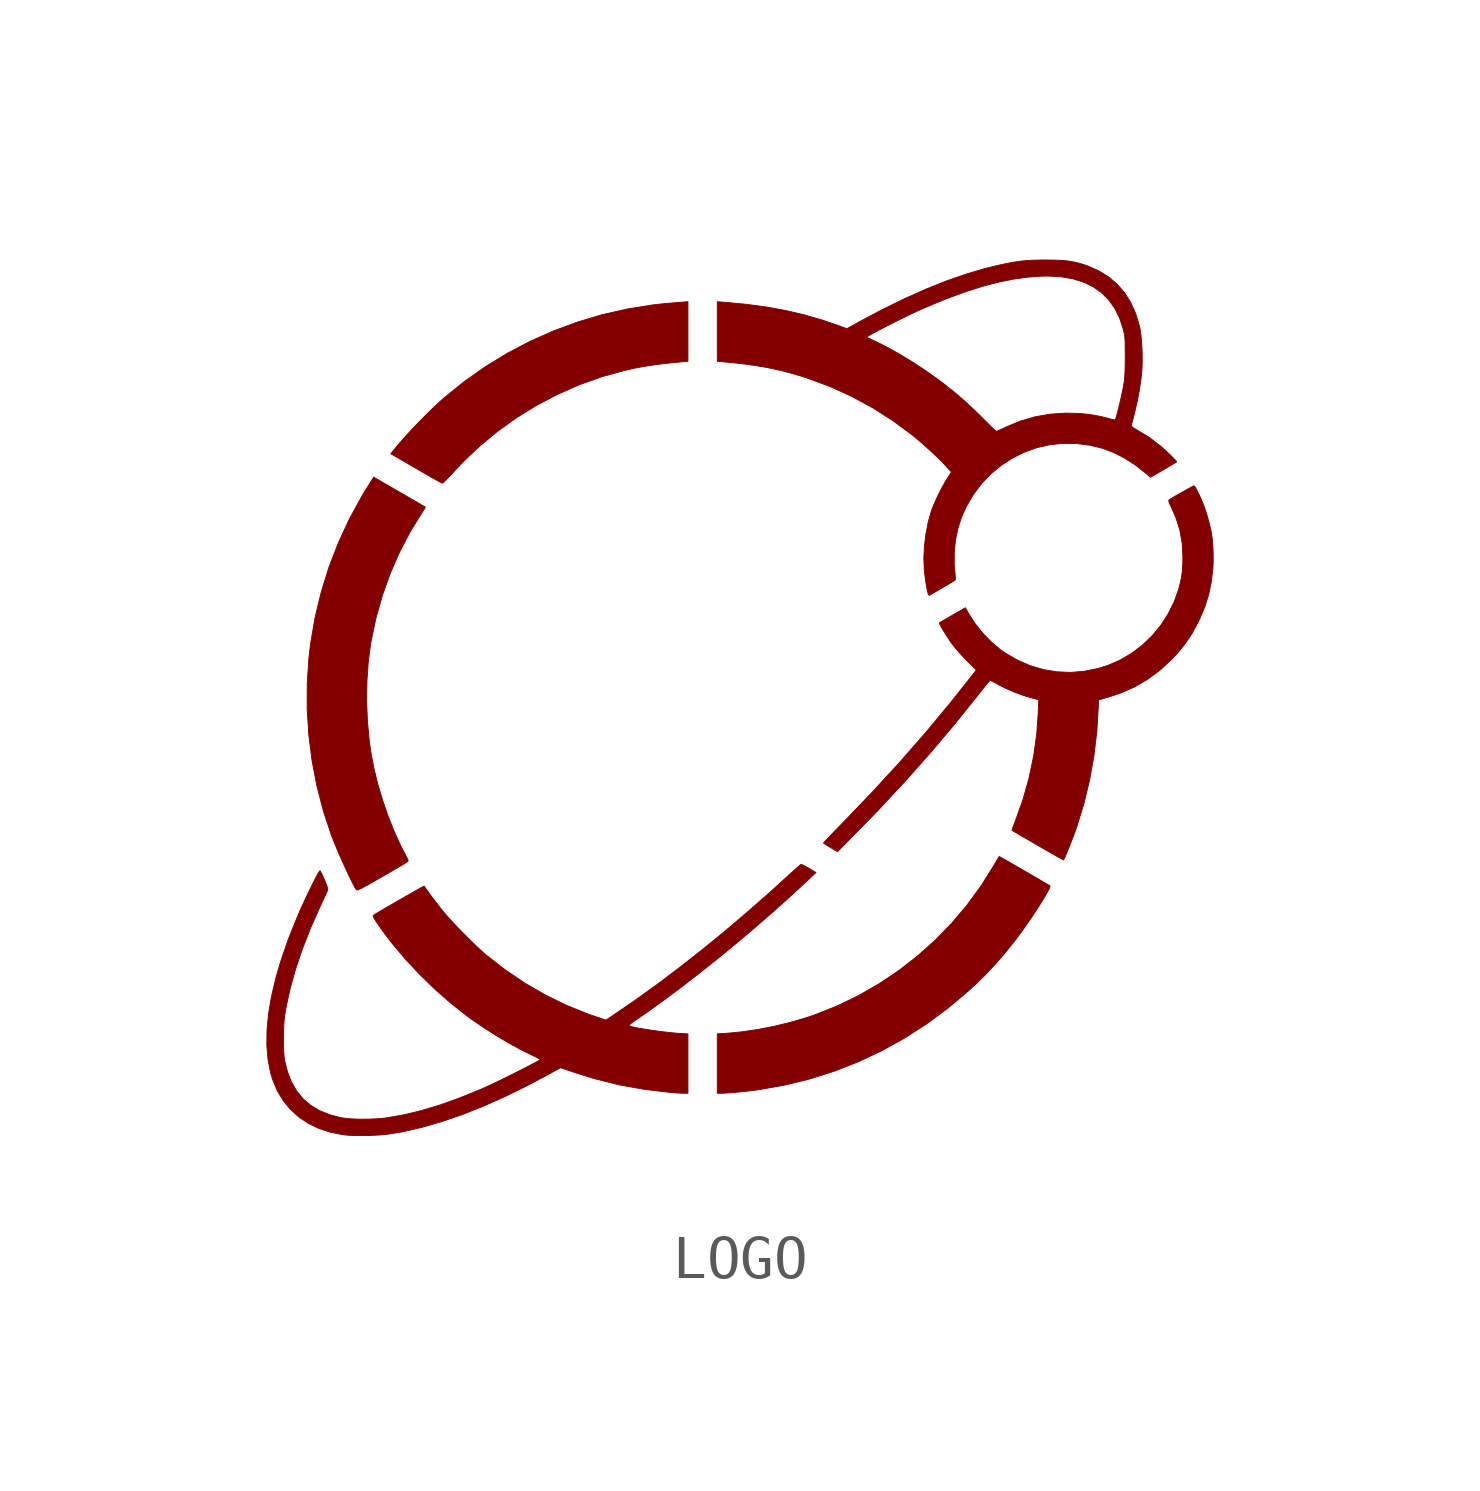
<source format=kicad_sym>
(kicad_symbol_lib
  (version 20220914)
  (generator bitmap2component)
  (symbol "LOGO"
    (pin_names
      (offset 1.016))
    (property "Reference" "#G"
      (at 0 14.377 0)
      (effects (font (size 1.27 1.27)) hide))
    (symbol "LOGO_0_0"
      (polyline (pts (xy -8.925 -9.543) (xy -8.752 -9.535) (xy -8.593 -9.523) (xy -8.457 -9.507) (xy -8.165 -9.457) (xy -7.728 -9.357) (xy -7.271 -9.225) (xy -6.795 -9.062) (xy -6.303 -8.867) (xy -5.796 -8.641) (xy -5.275 -8.386) (xy -4.741 -8.101) (xy -4.512 -7.974) (xy -4.171 -8.089) (xy -3.736 -8.225) (xy -3.157 -8.37) (xy -2.57 -8.476) (xy -1.97 -8.546) (xy -1.88 -8.553) (xy -1.782 -8.56) (xy -1.699 -8.565) (xy -1.645 -8.566) (xy -1.56 -8.567) (xy -1.56 -7.879) (xy -1.56 -7.191) (xy -1.772 -7.178) (xy -1.86 -7.171) (xy -1.992 -7.158) (xy -2.136 -7.142) (xy -2.284 -7.122) (xy -2.431 -7.102) (xy -2.57 -7.08) (xy -2.694 -7.059) (xy -2.798 -7.039) (xy -2.874 -7.021) (xy -2.918 -7.006) (xy -2.921 -7.003) (xy -2.918 -6.985) (xy -2.885 -6.953) (xy -2.818 -6.904) (xy -2.522 -6.7) (xy -2.126 -6.416) (xy -1.714 -6.108) (xy -1.29 -5.78) (xy -0.859 -5.437) (xy -0.426 -5.082) (xy 0.004 -4.718) (xy 0.426 -4.351) (xy 0.836 -3.983) (xy 1.228 -3.62) (xy 1.406 -3.452) (xy 1.244 -3.357) (xy 1.204 -3.334) (xy 1.137 -3.297) (xy 1.087 -3.272) (xy 1.064 -3.263) (xy 1.061 -3.264) (xy 1.034 -3.284) (xy 0.983 -3.327) (xy 0.914 -3.388) (xy 0.831 -3.463) (xy 0.738 -3.548) (xy 0.371 -3.882) (xy -0.157 -4.347) (xy -0.69 -4.8) (xy -1.224 -5.237) (xy -1.756 -5.654) (xy -2.279 -6.049) (xy -2.791 -6.417) (xy -3.285 -6.755) (xy -3.46 -6.872) (xy -3.712 -6.787) (xy -3.878 -6.729) (xy -4.378 -6.527) (xy -4.865 -6.288) (xy -5.339 -6.014) (xy -5.795 -5.706) (xy -6.23 -5.367) (xy -6.232 -5.366) (xy -6.341 -5.27) (xy -6.468 -5.152) (xy -6.607 -5.017) (xy -6.751 -4.874) (xy -6.892 -4.728) (xy -7.024 -4.588) (xy -7.14 -4.46) (xy -7.232 -4.352) (xy -7.312 -4.252) (xy -7.41 -4.125) (xy -7.509 -3.994) (xy -7.598 -3.871) (xy -7.671 -3.767) (xy -7.671 -3.767) (xy -7.691 -3.777) (xy -7.74 -3.803) (xy -7.814 -3.845) (xy -7.907 -3.897) (xy -8.015 -3.959) (xy -8.133 -4.026) (xy -8.256 -4.097) (xy -8.379 -4.168) (xy -8.498 -4.236) (xy -8.606 -4.3) (xy -8.7 -4.355) (xy -8.776 -4.4) (xy -8.826 -4.431) (xy -8.848 -4.445) (xy -8.851 -4.455) (xy -8.841 -4.489) (xy -8.809 -4.546) (xy -8.755 -4.629) (xy -8.678 -4.739) (xy -8.577 -4.878) (xy -8.403 -5.105) (xy -8.102 -5.461) (xy -7.774 -5.812) (xy -7.426 -6.15) (xy -7.065 -6.468) (xy -6.7 -6.758) (xy -6.571 -6.852) (xy -6.292 -7.044) (xy -5.996 -7.232) (xy -5.697 -7.409) (xy -5.403 -7.569) (xy -5.125 -7.705) (xy -5.106 -7.714) (xy -5.042 -7.746) (xy -4.997 -7.772) (xy -4.98 -7.786) (xy -4.986 -7.791) (xy -5.021 -7.813) (xy -5.085 -7.848) (xy -5.173 -7.895) (xy -5.279 -7.951) (xy -5.4 -8.013) (xy -5.531 -8.079) (xy -5.667 -8.147) (xy -5.802 -8.214) (xy -5.933 -8.278) (xy -6.055 -8.337) (xy -6.162 -8.387) (xy -6.25 -8.427) (xy -6.389 -8.488) (xy -6.858 -8.678) (xy -7.306 -8.838) (xy -7.735 -8.967) (xy -8.148 -9.066) (xy -8.546 -9.136) (xy -8.629 -9.146) (xy -8.784 -9.158) (xy -8.953 -9.165) (xy -9.126 -9.166) (xy -9.292 -9.162) (xy -9.44 -9.152) (xy -9.559 -9.137) (xy -9.604 -9.129) (xy -9.866 -9.061) (xy -10.098 -8.966) (xy -10.302 -8.843) (xy -10.477 -8.692) (xy -10.625 -8.511) (xy -10.745 -8.302) (xy -10.838 -8.064) (xy -10.904 -7.796) (xy -10.915 -7.713) (xy -10.923 -7.596) (xy -10.928 -7.458) (xy -10.929 -7.308) (xy -10.927 -7.155) (xy -10.922 -7.009) (xy -10.914 -6.879) (xy -10.902 -6.775) (xy -10.87 -6.579) (xy -10.777 -6.149) (xy -10.652 -5.7) (xy -10.495 -5.233) (xy -10.306 -4.75) (xy -10.086 -4.253) (xy -10.046 -4.167) (xy -9.999 -4.066) (xy -9.959 -3.979) (xy -9.93 -3.915) (xy -9.914 -3.88) (xy -9.907 -3.857) (xy -9.907 -3.825) (xy -9.917 -3.78) (xy -9.94 -3.716) (xy -9.979 -3.624) (xy -10.008 -3.556) (xy -10.042 -3.484) (xy -10.068 -3.433) (xy -10.083 -3.411) (xy -10.086 -3.411) (xy -10.104 -3.436) (xy -10.136 -3.49) (xy -10.18 -3.571) (xy -10.232 -3.672) (xy -10.29 -3.79) (xy -10.353 -3.92) (xy -10.418 -4.057) (xy -10.482 -4.196) (xy -10.544 -4.333) (xy -10.601 -4.463) (xy -10.63 -4.533) (xy -10.821 -5.011) (xy -10.98 -5.47) (xy -11.109 -5.909) (xy -11.207 -6.326) (xy -11.274 -6.723) (xy -11.31 -7.096) (xy -11.315 -7.448) (xy -11.288 -7.776) (xy -11.23 -8.08) (xy -11.18 -8.249) (xy -11.073 -8.505) (xy -10.936 -8.735) (xy -10.769 -8.938) (xy -10.575 -9.115) (xy -10.354 -9.263) (xy -10.107 -9.382) (xy -9.835 -9.47) (xy -9.54 -9.527) (xy -9.537 -9.528) (xy -9.417 -9.539) (xy -9.268 -9.545) (xy -9.1 -9.546) (xy -8.925 -9.543)) (stroke (width 0.01) (type default)) (fill (type outline)))
      (polyline (pts (xy -0.745 -8.565) (xy -0.639 -8.559) (xy -0.509 -8.549) (xy -0.364 -8.536) (xy -0.213 -8.52) (xy -0.066 -8.503) (xy 0.07 -8.485) (xy 0.083 -8.483) (xy 0.68 -8.377) (xy 1.263 -8.234) (xy 1.834 -8.053) (xy 2.389 -7.835) (xy 2.93 -7.58) (xy 3.456 -7.289) (xy 3.965 -6.962) (xy 4.456 -6.599) (xy 4.93 -6.2) (xy 5.145 -6.002) (xy 5.372 -5.778) (xy 5.587 -5.546) (xy 5.8 -5.298) (xy 6.019 -5.024) (xy 6.084 -4.937) (xy 6.179 -4.808) (xy 6.276 -4.671) (xy 6.373 -4.531) (xy 6.467 -4.391) (xy 6.555 -4.256) (xy 6.635 -4.129) (xy 6.705 -4.015) (xy 6.761 -3.917) (xy 6.802 -3.84) (xy 6.824 -3.787) (xy 6.826 -3.762) (xy 6.826 -3.762) (xy 6.804 -3.748) (xy 6.753 -3.718) (xy 6.678 -3.674) (xy 6.583 -3.618) (xy 6.474 -3.555) (xy 6.356 -3.486) (xy 6.232 -3.414) (xy 6.109 -3.343) (xy 5.991 -3.275) (xy 5.884 -3.213) (xy 5.791 -3.16) (xy 5.718 -3.119) (xy 5.67 -3.092) (xy 5.651 -3.082) (xy 5.643 -3.093) (xy 5.619 -3.131) (xy 5.583 -3.192) (xy 5.539 -3.268) (xy 5.524 -3.294) (xy 5.229 -3.764) (xy 4.903 -4.21) (xy 4.547 -4.631) (xy 4.163 -5.025) (xy 3.753 -5.391) (xy 3.318 -5.728) (xy 2.861 -6.034) (xy 2.383 -6.308) (xy 1.885 -6.548) (xy 1.37 -6.752) (xy 1.139 -6.829) (xy 0.783 -6.931) (xy 0.414 -7.019) (xy 0.041 -7.091) (xy -0.322 -7.144) (xy -0.665 -7.177) (xy -0.88 -7.19) (xy -0.88 -7.879) (xy -0.88 -8.567) (xy -0.801 -8.567) (xy -0.745 -8.565)) (stroke (width 0.01) (type default)) (fill (type outline)))
      (polyline (pts (xy -9.19 -3.848) (xy -9.131 -3.821) (xy -9.045 -3.776) (xy -8.93 -3.713) (xy -8.784 -3.629) (xy -8.709 -3.586) (xy -8.58 -3.511) (xy -8.456 -3.44) (xy -8.347 -3.376) (xy -8.257 -3.324) (xy -8.195 -3.289) (xy -8.162 -3.269) (xy -8.1 -3.229) (xy -8.056 -3.197) (xy -8.04 -3.179) (xy -8.045 -3.165) (xy -8.065 -3.12) (xy -8.098 -3.054) (xy -8.139 -2.976) (xy -8.223 -2.812) (xy -8.37 -2.489) (xy -8.508 -2.14) (xy -8.633 -1.777) (xy -8.743 -1.41) (xy -8.832 -1.047) (xy -8.899 -0.699) (xy -8.941 -0.41) (xy -8.984 0.051) (xy -9.003 0.516) (xy -8.996 0.977) (xy -8.965 1.425) (xy -8.909 1.851) (xy -8.896 1.924) (xy -8.785 2.45) (xy -8.638 2.966) (xy -8.459 3.47) (xy -8.247 3.956) (xy -8.005 4.421) (xy -7.735 4.861) (xy -7.714 4.891) (xy -7.676 4.952) (xy -7.651 4.995) (xy -7.643 5.013) (xy -7.647 5.015) (xy -7.678 5.033) (xy -7.739 5.068) (xy -7.823 5.117) (xy -7.928 5.178) (xy -8.048 5.247) (xy -8.18 5.323) (xy -8.226 5.35) (xy -8.359 5.427) (xy -8.482 5.498) (xy -8.59 5.56) (xy -8.678 5.611) (xy -8.741 5.648) (xy -8.774 5.668) (xy -8.838 5.706) (xy -8.912 5.59) (xy -9.114 5.264) (xy -9.404 4.731) (xy -9.658 4.183) (xy -9.875 3.621) (xy -10.054 3.045) (xy -10.196 2.458) (xy -10.299 1.861) (xy -10.34 1.515) (xy -10.379 0.922) (xy -10.38 0.326) (xy -10.342 -0.269) (xy -10.267 -0.861) (xy -10.155 -1.446) (xy -10.006 -2.021) (xy -9.821 -2.582) (xy -9.791 -2.659) (xy -9.74 -2.787) (xy -9.681 -2.928) (xy -9.617 -3.076) (xy -9.55 -3.226) (xy -9.483 -3.373) (xy -9.419 -3.51) (xy -9.36 -3.633) (xy -9.308 -3.735) (xy -9.266 -3.812) (xy -9.237 -3.856) (xy -9.225 -3.859) (xy -9.19 -3.848)) (stroke (width 0.01) (type default)) (fill (type outline)))
      (polyline (pts (xy 7.14 -3.162) (xy 7.151 -3.143) (xy 7.174 -3.094) (xy 7.205 -3.02) (xy 7.243 -2.928) (xy 7.285 -2.824) (xy 7.328 -2.715) (xy 7.369 -2.608) (xy 7.406 -2.508) (xy 7.437 -2.422) (xy 7.448 -2.39) (xy 7.612 -1.858) (xy 7.745 -1.307) (xy 7.845 -0.744) (xy 7.913 -0.176) (xy 7.946 0.387) (xy 7.95 0.544) (xy 8.18 0.611) (xy 8.475 0.709) (xy 8.794 0.851) (xy 9.092 1.026) (xy 9.373 1.234) (xy 9.64 1.48) (xy 9.751 1.597) (xy 9.94 1.824) (xy 10.104 2.064) (xy 10.249 2.329) (xy 10.298 2.429) (xy 10.416 2.712) (xy 10.504 2.993) (xy 10.564 3.283) (xy 10.6 3.595) (xy 10.607 3.741) (xy 10.607 3.914) (xy 10.6 4.092) (xy 10.587 4.26) (xy 10.568 4.404) (xy 10.545 4.515) (xy 10.512 4.652) (xy 10.472 4.796) (xy 10.43 4.932) (xy 10.391 5.044) (xy 10.378 5.078) (xy 10.335 5.18) (xy 10.291 5.279) (xy 10.248 5.367) (xy 10.21 5.439) (xy 10.18 5.487) (xy 10.162 5.504) (xy 10.159 5.504) (xy 10.129 5.489) (xy 10.073 5.46) (xy 10 5.42) (xy 9.915 5.373) (xy 9.828 5.324) (xy 9.743 5.275) (xy 9.67 5.233) (xy 9.615 5.199) (xy 9.586 5.18) (xy 9.579 5.17) (xy 9.581 5.14) (xy 9.6 5.088) (xy 9.638 5.007) (xy 9.75 4.751) (xy 9.837 4.467) (xy 9.889 4.173) (xy 9.905 3.863) (xy 9.903 3.703) (xy 9.894 3.549) (xy 9.876 3.408) (xy 9.848 3.268) (xy 9.808 3.115) (xy 9.807 3.112) (xy 9.703 2.818) (xy 9.564 2.538) (xy 9.394 2.275) (xy 9.195 2.034) (xy 8.97 1.817) (xy 8.723 1.629) (xy 8.457 1.471) (xy 8.175 1.348) (xy 7.938 1.273) (xy 7.619 1.209) (xy 7.3 1.183) (xy 6.983 1.197) (xy 6.671 1.249) (xy 6.365 1.34) (xy 6.068 1.469) (xy 5.782 1.636) (xy 5.669 1.716) (xy 5.464 1.891) (xy 5.27 2.091) (xy 5.097 2.306) (xy 4.954 2.527) (xy 4.866 2.68) (xy 4.568 2.509) (xy 4.488 2.462) (xy 4.4 2.411) (xy 4.33 2.37) (xy 4.282 2.342) (xy 4.263 2.331) (xy 4.264 2.323) (xy 4.28 2.288) (xy 4.312 2.229) (xy 4.356 2.155) (xy 4.407 2.071) (xy 4.462 1.986) (xy 4.516 1.904) (xy 4.566 1.834) (xy 4.577 1.82) (xy 4.641 1.74) (xy 4.723 1.645) (xy 4.814 1.546) (xy 4.902 1.455) (xy 5.12 1.238) (xy 4.906 0.964) (xy 4.509 0.465) (xy 3.938 -0.222) (xy 3.339 -0.906) (xy 2.709 -1.591) (xy 2.045 -2.283) (xy 1.968 -2.362) (xy 1.863 -2.47) (xy 1.77 -2.566) (xy 1.692 -2.647) (xy 1.632 -2.71) (xy 1.593 -2.752) (xy 1.58 -2.768) (xy 1.585 -2.773) (xy 1.617 -2.796) (xy 1.672 -2.831) (xy 1.742 -2.874) (xy 1.905 -2.969) (xy 2.388 -2.48) (xy 2.857 -1.998) (xy 3.466 -1.344) (xy 4.055 -0.681) (xy 4.618 -0.015) (xy 5.149 0.645) (xy 5.19 0.698) (xy 5.267 0.795) (xy 5.334 0.878) (xy 5.388 0.944) (xy 5.424 0.986) (xy 5.44 1.001) (xy 5.451 0.997) (xy 5.491 0.977) (xy 5.553 0.944) (xy 5.628 0.903) (xy 5.655 0.888) (xy 5.829 0.801) (xy 6.021 0.719) (xy 6.215 0.648) (xy 6.393 0.595) (xy 6.566 0.55) (xy 6.553 0.23) (xy 6.521 -0.231) (xy 6.45 -0.742) (xy 6.344 -1.252) (xy 6.204 -1.754) (xy 6.031 -2.241) (xy 6.029 -2.247) (xy 5.995 -2.334) (xy 5.968 -2.406) (xy 5.951 -2.456) (xy 5.947 -2.475) (xy 5.958 -2.482) (xy 6 -2.507) (xy 6.069 -2.547) (xy 6.162 -2.602) (xy 6.274 -2.667) (xy 6.402 -2.741) (xy 6.541 -2.822) (xy 6.649 -2.884) (xy 6.78 -2.959) (xy 6.897 -3.026) (xy 6.995 -3.082) (xy 7.071 -3.125) (xy 7.121 -3.153) (xy 7.14 -3.162) (xy 7.14 -3.162)) (stroke (width 0.01) (type default)) (fill (type outline)))
      (polyline (pts (xy 4.065 2.987) (xy 4.074 2.992) (xy 4.118 3.018) (xy 4.186 3.058) (xy 4.271 3.108) (xy 4.366 3.162) (xy 4.406 3.186) (xy 4.492 3.236) (xy 4.563 3.279) (xy 4.612 3.31) (xy 4.632 3.326) (xy 4.632 3.326) (xy 4.634 3.352) (xy 4.632 3.41) (xy 4.626 3.49) (xy 4.617 3.585) (xy 4.609 3.689) (xy 4.609 3.967) (xy 4.638 4.249) (xy 4.695 4.524) (xy 4.778 4.779) (xy 4.89 5.027) (xy 5.052 5.304) (xy 5.243 5.556) (xy 5.458 5.782) (xy 5.697 5.979) (xy 5.955 6.147) (xy 6.231 6.284) (xy 6.521 6.388) (xy 6.824 6.457) (xy 7.136 6.489) (xy 7.455 6.483) (xy 7.456 6.483) (xy 7.751 6.445) (xy 8.028 6.378) (xy 8.294 6.28) (xy 8.553 6.149) (xy 8.809 5.983) (xy 9.067 5.779) (xy 9.155 5.704) (xy 9.453 5.876) (xy 9.531 5.922) (xy 9.62 5.974) (xy 9.692 6.017) (xy 9.74 6.046) (xy 9.76 6.059) (xy 9.759 6.063) (xy 9.737 6.091) (xy 9.693 6.138) (xy 9.632 6.2) (xy 9.558 6.272) (xy 9.402 6.414) (xy 9.129 6.623) (xy 8.845 6.796) (xy 8.825 6.807) (xy 8.762 6.846) (xy 8.72 6.878) (xy 8.708 6.898) (xy 8.71 6.903) (xy 8.721 6.942) (xy 8.739 7.01) (xy 8.761 7.098) (xy 8.787 7.199) (xy 8.789 7.207) (xy 8.849 7.469) (xy 8.898 7.729) (xy 8.934 7.976) (xy 8.957 8.198) (xy 8.96 8.276) (xy 8.963 8.425) (xy 8.961 8.586) (xy 8.954 8.75) (xy 8.943 8.905) (xy 8.928 9.041) (xy 8.911 9.147) (xy 8.894 9.223) (xy 8.808 9.503) (xy 8.694 9.756) (xy 8.551 9.981) (xy 8.38 10.178) (xy 8.181 10.347) (xy 7.954 10.486) (xy 7.7 10.597) (xy 7.618 10.626) (xy 7.491 10.665) (xy 7.368 10.693) (xy 7.24 10.714) (xy 7.098 10.727) (xy 6.935 10.734) (xy 6.74 10.736) (xy 6.62 10.736) (xy 6.447 10.732) (xy 6.294 10.724) (xy 6.148 10.709) (xy 5.998 10.688) (xy 5.832 10.657) (xy 5.64 10.616) (xy 5.337 10.543) (xy 4.898 10.414) (xy 4.438 10.254) (xy 3.961 10.064) (xy 3.469 9.845) (xy 2.963 9.598) (xy 2.445 9.323) (xy 2.121 9.145) (xy 1.9 9.226) (xy 1.545 9.347) (xy 1.129 9.467) (xy 0.7 9.567) (xy 0.252 9.648) (xy -0.221 9.711) (xy -0.725 9.758) (xy -0.88 9.769) (xy -0.88 9.08) (xy -0.88 8.949) (xy 2.573 8.949) (xy 2.641 8.991) (xy 2.65 8.996) (xy 2.717 9.034) (xy 2.813 9.085) (xy 2.931 9.147) (xy 3.064 9.215) (xy 3.207 9.287) (xy 3.352 9.36) (xy 3.494 9.429) (xy 3.625 9.493) (xy 3.739 9.547) (xy 3.83 9.588) (xy 4.122 9.714) (xy 4.535 9.879) (xy 4.924 10.019) (xy 5.291 10.134) (xy 5.641 10.224) (xy 5.975 10.292) (xy 6.297 10.337) (xy 6.61 10.361) (xy 6.794 10.364) (xy 7.093 10.346) (xy 7.365 10.298) (xy 7.612 10.22) (xy 7.831 10.113) (xy 8.024 9.976) (xy 8.189 9.81) (xy 8.328 9.615) (xy 8.439 9.391) (xy 8.523 9.137) (xy 8.529 9.113) (xy 8.543 9.054) (xy 8.553 8.997) (xy 8.561 8.934) (xy 8.566 8.86) (xy 8.568 8.768) (xy 8.569 8.649) (xy 8.57 8.497) (xy 8.569 8.399) (xy 8.567 8.244) (xy 8.563 8.117) (xy 8.556 8.012) (xy 8.547 7.921) (xy 8.533 7.836) (xy 8.521 7.769) (xy 8.498 7.66) (xy 8.473 7.543) (xy 8.445 7.424) (xy 8.418 7.309) (xy 8.392 7.207) (xy 8.369 7.123) (xy 8.351 7.064) (xy 8.34 7.038) (xy 8.328 7.034) (xy 8.286 7.038) (xy 8.227 7.053) (xy 8.174 7.069) (xy 8.021 7.107) (xy 7.848 7.141) (xy 7.667 7.166) (xy 7.493 7.182) (xy 7.194 7.189) (xy 6.83 7.165) (xy 6.478 7.103) (xy 6.136 7.003) (xy 5.802 6.864) (xy 5.726 6.828) (xy 5.655 6.796) (xy 5.604 6.774) (xy 5.582 6.766) (xy 5.581 6.766) (xy 5.56 6.784) (xy 5.516 6.825) (xy 5.453 6.886) (xy 5.376 6.962) (xy 5.29 7.048) (xy 5.283 7.056) (xy 5.055 7.279) (xy 4.837 7.48) (xy 4.616 7.67) (xy 4.38 7.858) (xy 4.223 7.976) (xy 3.934 8.181) (xy 3.635 8.377) (xy 3.335 8.559) (xy 3.042 8.722) (xy 2.766 8.859) (xy 2.573 8.949) (xy -0.88 8.949) (xy -0.88 8.39) (xy -0.745 8.378) (xy -0.529 8.357) (xy -0.231 8.324) (xy 0.041 8.285) (xy 0.295 8.241) (xy 0.539 8.189) (xy 0.781 8.128) (xy 1.03 8.056) (xy 1.209 7.999) (xy 1.726 7.807) (xy 2.229 7.579) (xy 2.716 7.315) (xy 3.184 7.017) (xy 3.63 6.687) (xy 3.718 6.615) (xy 3.846 6.506) (xy 3.979 6.388) (xy 4.11 6.269) (xy 4.232 6.154) (xy 4.337 6.05) (xy 4.418 5.964) (xy 4.543 5.824) (xy 4.439 5.661) (xy 4.406 5.608) (xy 4.333 5.479) (xy 4.258 5.333) (xy 4.187 5.184) (xy 4.125 5.043) (xy 4.08 4.924) (xy 4.007 4.668) (xy 3.952 4.388) (xy 3.917 4.102) (xy 3.904 3.821) (xy 3.916 3.558) (xy 3.921 3.504) (xy 3.936 3.377) (xy 3.955 3.252) (xy 3.974 3.139) (xy 3.993 3.047) (xy 4.011 2.985) (xy 4.014 2.977) (xy 4.031 2.969) (xy 4.065 2.987)) (stroke (width 0.01) (type default)) (fill (type outline)))
      (polyline (pts (xy -7.233 5.574) (xy -7.195 5.609) (xy -7.139 5.665) (xy -7.07 5.737) (xy -6.993 5.821) (xy -6.788 6.041) (xy -6.392 6.418) (xy -5.97 6.768) (xy -5.525 7.087) (xy -5.058 7.374) (xy -4.572 7.628) (xy -4.071 7.848) (xy -3.555 8.032) (xy -3.028 8.178) (xy -2.8 8.229) (xy -2.552 8.275) (xy -2.292 8.314) (xy -2.009 8.348) (xy -1.695 8.378) (xy -1.56 8.39) (xy -1.56 9.08) (xy -1.56 9.771) (xy -1.685 9.76) (xy -1.769 9.753) (xy -1.872 9.745) (xy -1.97 9.737) (xy -2.031 9.732) (xy -2.138 9.722) (xy -2.256 9.709) (xy -2.37 9.696) (xy -2.381 9.695) (xy -2.967 9.601) (xy -3.546 9.47) (xy -4.115 9.3) (xy -4.673 9.094) (xy -5.216 8.852) (xy -5.742 8.576) (xy -6.25 8.266) (xy -6.737 7.923) (xy -7.2 7.549) (xy -7.274 7.484) (xy -7.439 7.332) (xy -7.613 7.162) (xy -7.791 6.982) (xy -7.966 6.799) (xy -8.13 6.62) (xy -8.277 6.451) (xy -8.399 6.301) (xy -8.442 6.246) (xy -8.336 6.186) (xy -8.292 6.161) (xy -8.218 6.119) (xy -8.122 6.062) (xy -8.008 5.996) (xy -7.882 5.923) (xy -7.75 5.846) (xy -7.737 5.839) (xy -7.612 5.766) (xy -7.498 5.701) (xy -7.4 5.646) (xy -7.322 5.603) (xy -7.27 5.575) (xy -7.247 5.566) (xy -7.233 5.574)) (stroke (width 0.01) (type default)) (fill (type outline))))))
</source>
